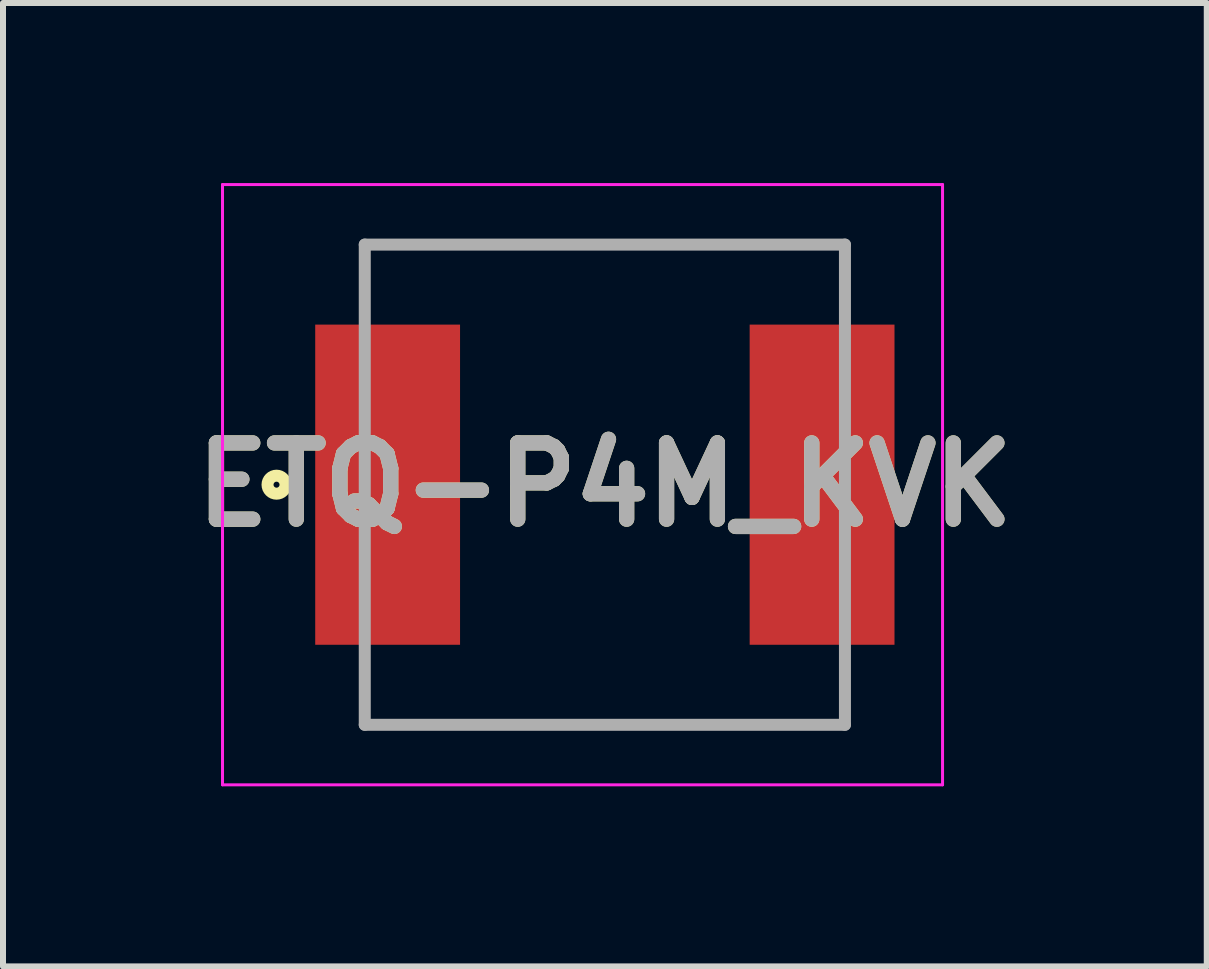
<source format=kicad_pcb>
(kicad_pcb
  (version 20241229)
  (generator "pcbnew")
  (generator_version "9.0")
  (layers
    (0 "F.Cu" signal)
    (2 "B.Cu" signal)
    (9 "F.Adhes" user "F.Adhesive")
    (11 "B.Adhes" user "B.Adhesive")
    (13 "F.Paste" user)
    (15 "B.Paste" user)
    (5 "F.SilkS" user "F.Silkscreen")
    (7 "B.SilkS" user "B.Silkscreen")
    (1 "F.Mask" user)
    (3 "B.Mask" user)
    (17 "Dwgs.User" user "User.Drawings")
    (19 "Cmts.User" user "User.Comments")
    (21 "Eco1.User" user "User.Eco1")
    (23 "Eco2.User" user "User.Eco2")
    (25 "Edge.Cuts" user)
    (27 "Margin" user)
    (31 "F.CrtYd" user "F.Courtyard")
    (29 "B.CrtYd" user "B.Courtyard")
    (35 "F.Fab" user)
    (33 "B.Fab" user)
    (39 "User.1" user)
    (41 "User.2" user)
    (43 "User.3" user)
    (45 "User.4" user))
  (footprint "ETQ-P4M_KVK"
    (layer "F.Cu")
    (at 7.027 5.025)
    (property "Reference" "ETQ-P4M_KVK" (at 0 0 0) (layer "F.SilkS") (effects (font (size 1.27 1.27) (thickness 0.254))))
    (attr smd)
    (fp_line (start -4 -4) (end 4 -4) (stroke (width 0.1) (type solid)) (layer "F.SilkS"))
    (fp_line (start 4 4) (end -4 4) (stroke (width 0.1) (type solid)) (layer "F.SilkS"))
    (fp_circle (center -5.47 0) (end -5.47 0.05) (stroke (width 0.2) (type solid)) (fill no) (layer "F.SilkS"))
    (fp_line (start -6.37 -5) (end 5.626 -5) (stroke (width 0.05) (type solid)) (layer "F.CrtYd"))
    (fp_line (start -6.37 5) (end -6.37 -5) (stroke (width 0.05) (type solid)) (layer "F.CrtYd"))
    (fp_line (start 5.626 -5) (end 5.626 5) (stroke (width 0.05) (type solid)) (layer "F.CrtYd"))
    (fp_line (start 5.626 5) (end -6.37 5) (stroke (width 0.05) (type solid)) (layer "F.CrtYd"))
    (fp_line (start -4 -4) (end 4 -4) (stroke (width 0.2) (type solid)) (layer "F.Fab"))
    (fp_line (start -4 4) (end -4 -4) (stroke (width 0.2) (type solid)) (layer "F.Fab"))
    (fp_line (start 4 -4) (end 4 4) (stroke (width 0.2) (type solid)) (layer "F.Fab"))
    (fp_line (start 4 4) (end -4 4) (stroke (width 0.2) (type solid)) (layer "F.Fab"))
    (fp_text user "${REFERENCE}" (at 0 0 0) (layer "F.Fab") (effects (font (size 1.27 1.27) (thickness 0.254))))
    (pad "1" smd rect (at -3.619 0) (size 2.413 5.334) (layers "F.Cu" "F.Mask" "F.Paste"))
    (pad "2" smd rect (at 3.619 0) (size 2.413 5.334) (layers "F.Cu" "F.Mask" "F.Paste")))
  (gr_rect
    (start -3 -3)
    (end 17.055 13.05)
    (stroke (width 0.1) (type default))
    (fill no)
    (layer "Edge.Cuts")))
</source>
